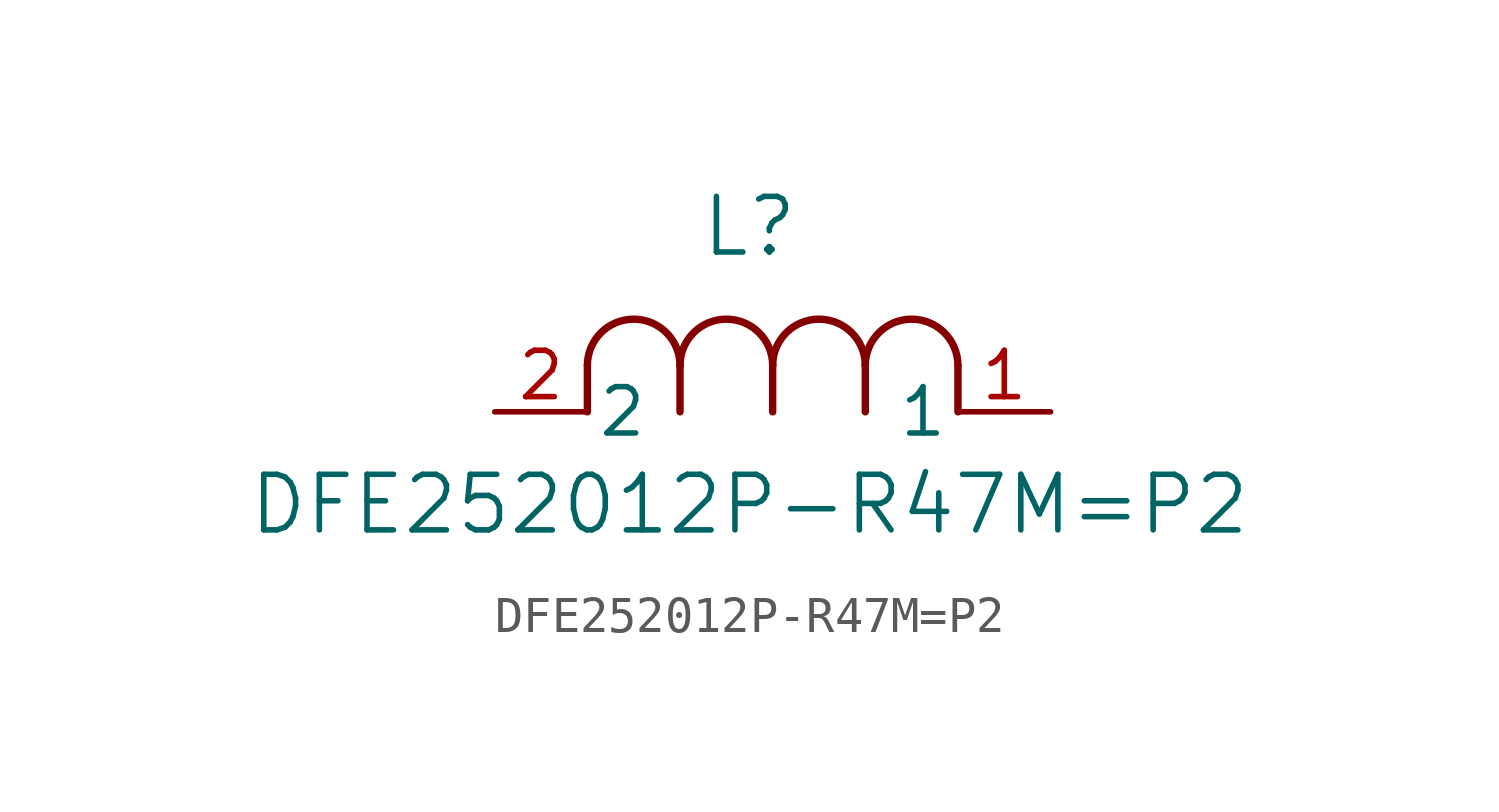
<source format=kicad_sym>
(kicad_symbol_lib
  (version 20211014)
  (generator kicad_symbol_editor)
  (symbol "DFE252012P-R47M=P2"
    (pin_names
      (offset 0.254))
    (property "Reference" "L"
      (at 6.985 5.08 0)
      (effects (font (size 1.524 1.524))))
    (property "Value" "DFE252012P-R47M=P2"
      (at 6.985 -2.54 0)
      (effects (font (size 1.524 1.524))))
    (symbol "DFE252012P-R47M=P2_0_1"
      (arc (start 7.62 1.27) (mid 6.35 2.54) (end 5.08 1.27) (stroke (width 0.2032) (type default) (color 0 0 0 0)) (fill (type none)))
      (polyline (pts (xy 5.08 0) (xy 5.08 1.27)) (stroke (width 0.203) (type default) (color 0 0 0 0)) (fill (type none)))
      (polyline (pts (xy 7.62 0) (xy 7.62 1.27)) (stroke (width 0.203) (type default) (color 0 0 0 0)) (fill (type none)))
      (polyline (pts (xy 12.7 0) (xy 12.7 1.27)) (stroke (width 0.203) (type default) (color 0 0 0 0)) (fill (type none)))
      (arc (start 5.08 1.27) (mid 3.81 2.54) (end 2.54 1.27) (stroke (width 0.2032) (type default) (color 0 0 0 0)) (fill (type none)))
      (arc (start 10.16 1.27) (mid 8.89 2.54) (end 7.62 1.27) (stroke (width 0.2032) (type default) (color 0 0 0 0)) (fill (type none)))
      (arc (start 12.7 1.27) (mid 11.43 2.54) (end 10.16 1.27) (stroke (width 0.2032) (type default) (color 0 0 0 0)) (fill (type none)))
      (polyline (pts (xy 2.54 0) (xy 2.54 1.27)) (stroke (width 0.203) (type default) (color 0 0 0 0)) (fill (type none)))
      (polyline (pts (xy 10.16 0) (xy 10.16 1.27)) (stroke (width 0.203) (type default) (color 0 0 0 0)) (fill (type none)))
      (pin unspecified line (at 15.24 0 180) (length 2.54) (name "1" (effects (font (size 1.27 1.27)))) (number "1" (effects (font (size 1.27 1.27)))))
      (pin unspecified line (at 0 0 0) (length 2.54) (name "2" (effects (font (size 1.27 1.27)))) (number "2" (effects (font (size 1.27 1.27))))))))
</source>
